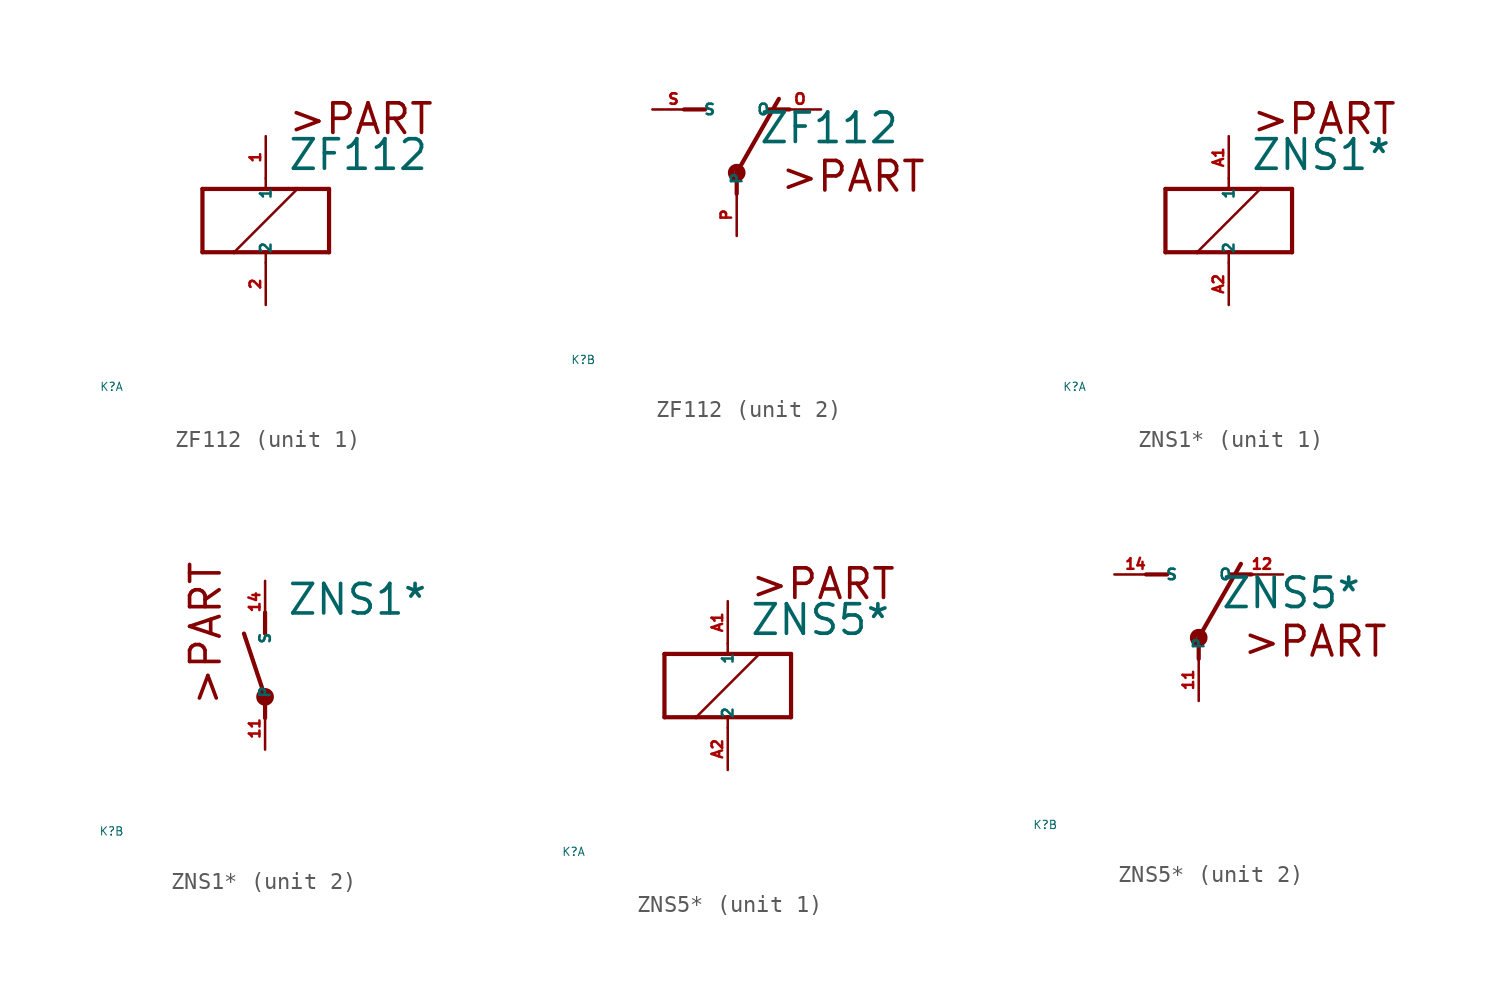
<source format=kicad_sym>
(kicad_symbol_lib
  (version 20220914)
  (generator Eagle2Kicad)
  (symbol "ZF112"
    (property "Reference" "K"
      (at -10 -10 0)
      (effects (font (size 0.5 0.5) (thickness 0.06)) (justify left)))
    (property "Value" "ZF112"
      (at 1.27 2.921 0)
      (effects (font (size 1.778 1.778) (thickness 0.22)) (justify left bottom)))
    (symbol "ZF112_1_0"
      (polyline (pts (xy -3.81 -1.905) (xy -1.905 -1.905)) (stroke (width 0.254) (type default)) (fill (type none)))
      (polyline (pts (xy 3.81 -1.905) (xy 3.81 1.905)) (stroke (width 0.254) (type default)) (fill (type none)))
      (polyline (pts (xy 3.81 1.905) (xy 1.905 1.905)) (stroke (width 0.254) (type default)) (fill (type none)))
      (polyline (pts (xy -3.81 1.905) (xy -3.81 -1.905)) (stroke (width 0.254) (type default)) (fill (type none)))
      (polyline (pts (xy 0 -2.54) (xy 0 -1.905)) (stroke (width 0.152) (type default)) (fill (type none)))
      (polyline (pts (xy 0 -1.905) (xy 3.81 -1.905)) (stroke (width 0.254) (type default)) (fill (type none)))
      (polyline (pts (xy 0 2.54) (xy 0 1.905)) (stroke (width 0.152) (type default)) (fill (type none)))
      (polyline (pts (xy 0 1.905) (xy -3.81 1.905)) (stroke (width 0.254) (type default)) (fill (type none)))
      (polyline (pts (xy -1.905 -1.905) (xy 1.905 1.905)) (stroke (width 0.152) (type default)) (fill (type none)))
      (polyline (pts (xy -1.905 -1.905) (xy 0 -1.905)) (stroke (width 0.254) (type default)) (fill (type none)))
      (polyline (pts (xy 1.905 1.905) (xy 0 1.905)) (stroke (width 0.254) (type default)) (fill (type none)))
      (text ">PART" (at 1.27 5.08 0) (effects (font (size 1.778 1.778) (thickness 0.22)) (justify left bottom)))
      (pin passive line (at 0 -5.08 90) (length 2.54) (name "2" (effects (font (size 0.635 0.635) (thickness 0.08)) (justify left bottom))) (number "2" (effects (font (size 0.635 0.635) (thickness 0.08)) (justify left bottom))))
      (pin passive line (at 0 5.08 270) (length 2.54) (name "1" (effects (font (size 0.635 0.635) (thickness 0.08)) (justify left bottom))) (number "1" (effects (font (size 0.635 0.635) (thickness 0.08)) (justify left bottom)))))
    (symbol "ZF112_2_0"
      (polyline (pts (xy 3.175 5.08) (xy 1.905 5.08)) (stroke (width 0.254) (type default)) (fill (type none)))
      (polyline (pts (xy -3.175 5.08) (xy -1.905 5.08)) (stroke (width 0.254) (type default)) (fill (type none)))
      (polyline (pts (xy 0 1.27) (xy 2.54 5.715)) (stroke (width 0.254) (type default)) (fill (type none)))
      (polyline (pts (xy 0 1.27) (xy 0 0)) (stroke (width 0.254) (type default)) (fill (type none)))
      (text ">PART" (at 2.54 0 0) (effects (font (size 1.778 1.778) (thickness 0.22)) (justify left bottom)))
      (circle (center 0 1.27) (radius 0.127) (stroke (width 0.406) (type default)) (fill (type none)))
      (pin passive line (at 5.08 5.08 180) (length 2.54) (name "O" (effects (font (size 0.635 0.635) (thickness 0.08)) (justify left bottom))) (number "O" (effects (font (size 0.635 0.635) (thickness 0.08)) (justify left bottom))))
      (pin passive line (at -5.08 5.08 0) (length 2.54) (name "S" (effects (font (size 0.635 0.635) (thickness 0.08)) (justify left bottom))) (number "S" (effects (font (size 0.635 0.635) (thickness 0.08)) (justify left bottom))))
      (pin passive line (at 0 -2.54 90) (length 2.54) (name "P" (effects (font (size 0.635 0.635) (thickness 0.08)) (justify left bottom))) (number "P" (effects (font (size 0.635 0.635) (thickness 0.08)) (justify left bottom))))))
  (symbol "ZNS1*"
    (property "Reference" "K"
      (at -10 -10 0)
      (effects (font (size 0.5 0.5) (thickness 0.06)) (justify left)))
    (property "Value" "ZNS1*"
      (at 1.27 2.921 0)
      (effects (font (size 1.778 1.778) (thickness 0.22)) (justify left bottom)))
    (symbol "ZNS1*_1_0"
      (polyline (pts (xy -3.81 -1.905) (xy -1.905 -1.905)) (stroke (width 0.254) (type default)) (fill (type none)))
      (polyline (pts (xy 3.81 -1.905) (xy 3.81 1.905)) (stroke (width 0.254) (type default)) (fill (type none)))
      (polyline (pts (xy 3.81 1.905) (xy 1.905 1.905)) (stroke (width 0.254) (type default)) (fill (type none)))
      (polyline (pts (xy -3.81 1.905) (xy -3.81 -1.905)) (stroke (width 0.254) (type default)) (fill (type none)))
      (polyline (pts (xy 0 -2.54) (xy 0 -1.905)) (stroke (width 0.152) (type default)) (fill (type none)))
      (polyline (pts (xy 0 -1.905) (xy 3.81 -1.905)) (stroke (width 0.254) (type default)) (fill (type none)))
      (polyline (pts (xy 0 2.54) (xy 0 1.905)) (stroke (width 0.152) (type default)) (fill (type none)))
      (polyline (pts (xy 0 1.905) (xy -3.81 1.905)) (stroke (width 0.254) (type default)) (fill (type none)))
      (polyline (pts (xy -1.905 -1.905) (xy 1.905 1.905)) (stroke (width 0.152) (type default)) (fill (type none)))
      (polyline (pts (xy -1.905 -1.905) (xy 0 -1.905)) (stroke (width 0.254) (type default)) (fill (type none)))
      (polyline (pts (xy 1.905 1.905) (xy 0 1.905)) (stroke (width 0.254) (type default)) (fill (type none)))
      (text ">PART" (at 1.27 5.08 0) (effects (font (size 1.778 1.778) (thickness 0.22)) (justify left bottom)))
      (pin passive line (at 0 -5.08 90) (length 2.54) (name "2" (effects (font (size 0.635 0.635) (thickness 0.08)) (justify left bottom))) (number "A2" (effects (font (size 0.635 0.635) (thickness 0.08)) (justify left bottom))))
      (pin passive line (at 0 5.08 270) (length 2.54) (name "1" (effects (font (size 0.635 0.635) (thickness 0.08)) (justify left bottom))) (number "A1" (effects (font (size 0.635 0.635) (thickness 0.08)) (justify left bottom)))))
    (symbol "ZNS1*_2_0"
      (polyline (pts (xy 0 3.175) (xy 0 1.905)) (stroke (width 0.254) (type default)) (fill (type none)))
      (polyline (pts (xy 0 -3.175) (xy 0 -1.905)) (stroke (width 0.254) (type default)) (fill (type none)))
      (polyline (pts (xy 0 -1.905) (xy -1.27 1.905)) (stroke (width 0.254) (type default)) (fill (type none)))
      (text ">PART" (at -2.54 -2.54 900) (effects (font (size 1.778 1.778) (thickness 0.22)) (justify left bottom)))
      (circle (center 0 -1.905) (radius 0.127) (stroke (width 0.406) (type default)) (fill (type none)))
      (pin passive line (at 0 -5.08 90) (length 2.54) (name "P" (effects (font (size 0.635 0.635) (thickness 0.08)) (justify left bottom))) (number "11" (effects (font (size 0.635 0.635) (thickness 0.08)) (justify left bottom))))
      (pin passive line (at 0 5.08 270) (length 2.54) (name "S" (effects (font (size 0.635 0.635) (thickness 0.08)) (justify left bottom))) (number "14" (effects (font (size 0.635 0.635) (thickness 0.08)) (justify left bottom))))))
  (symbol "ZNS5*"
    (property "Reference" "K"
      (at -10 -10 0)
      (effects (font (size 0.5 0.5) (thickness 0.06)) (justify left)))
    (property "Value" "ZNS5*"
      (at 1.27 2.921 0)
      (effects (font (size 1.778 1.778) (thickness 0.22)) (justify left bottom)))
    (symbol "ZNS5*_1_0"
      (polyline (pts (xy -3.81 -1.905) (xy -1.905 -1.905)) (stroke (width 0.254) (type default)) (fill (type none)))
      (polyline (pts (xy 3.81 -1.905) (xy 3.81 1.905)) (stroke (width 0.254) (type default)) (fill (type none)))
      (polyline (pts (xy 3.81 1.905) (xy 1.905 1.905)) (stroke (width 0.254) (type default)) (fill (type none)))
      (polyline (pts (xy -3.81 1.905) (xy -3.81 -1.905)) (stroke (width 0.254) (type default)) (fill (type none)))
      (polyline (pts (xy 0 -2.54) (xy 0 -1.905)) (stroke (width 0.152) (type default)) (fill (type none)))
      (polyline (pts (xy 0 -1.905) (xy 3.81 -1.905)) (stroke (width 0.254) (type default)) (fill (type none)))
      (polyline (pts (xy 0 2.54) (xy 0 1.905)) (stroke (width 0.152) (type default)) (fill (type none)))
      (polyline (pts (xy 0 1.905) (xy -3.81 1.905)) (stroke (width 0.254) (type default)) (fill (type none)))
      (polyline (pts (xy -1.905 -1.905) (xy 1.905 1.905)) (stroke (width 0.152) (type default)) (fill (type none)))
      (polyline (pts (xy -1.905 -1.905) (xy 0 -1.905)) (stroke (width 0.254) (type default)) (fill (type none)))
      (polyline (pts (xy 1.905 1.905) (xy 0 1.905)) (stroke (width 0.254) (type default)) (fill (type none)))
      (text ">PART" (at 1.27 5.08 0) (effects (font (size 1.778 1.778) (thickness 0.22)) (justify left bottom)))
      (pin passive line (at 0 -5.08 90) (length 2.54) (name "2" (effects (font (size 0.635 0.635) (thickness 0.08)) (justify left bottom))) (number "A2" (effects (font (size 0.635 0.635) (thickness 0.08)) (justify left bottom))))
      (pin passive line (at 0 5.08 270) (length 2.54) (name "1" (effects (font (size 0.635 0.635) (thickness 0.08)) (justify left bottom))) (number "A1" (effects (font (size 0.635 0.635) (thickness 0.08)) (justify left bottom)))))
    (symbol "ZNS5*_2_0"
      (polyline (pts (xy 3.175 5.08) (xy 1.905 5.08)) (stroke (width 0.254) (type default)) (fill (type none)))
      (polyline (pts (xy -3.175 5.08) (xy -1.905 5.08)) (stroke (width 0.254) (type default)) (fill (type none)))
      (polyline (pts (xy 0 1.27) (xy 2.54 5.715)) (stroke (width 0.254) (type default)) (fill (type none)))
      (polyline (pts (xy 0 1.27) (xy 0 0)) (stroke (width 0.254) (type default)) (fill (type none)))
      (text ">PART" (at 2.54 0 0) (effects (font (size 1.778 1.778) (thickness 0.22)) (justify left bottom)))
      (circle (center 0 1.27) (radius 0.127) (stroke (width 0.406) (type default)) (fill (type none)))
      (pin passive line (at 5.08 5.08 180) (length 2.54) (name "O" (effects (font (size 0.635 0.635) (thickness 0.08)) (justify left bottom))) (number "12" (effects (font (size 0.635 0.635) (thickness 0.08)) (justify left bottom))))
      (pin passive line (at -5.08 5.08 0) (length 2.54) (name "S" (effects (font (size 0.635 0.635) (thickness 0.08)) (justify left bottom))) (number "14" (effects (font (size 0.635 0.635) (thickness 0.08)) (justify left bottom))))
      (pin passive line (at 0 -2.54 90) (length 2.54) (name "P" (effects (font (size 0.635 0.635) (thickness 0.08)) (justify left bottom))) (number "11" (effects (font (size 0.635 0.635) (thickness 0.08)) (justify left bottom)))))))
</source>
